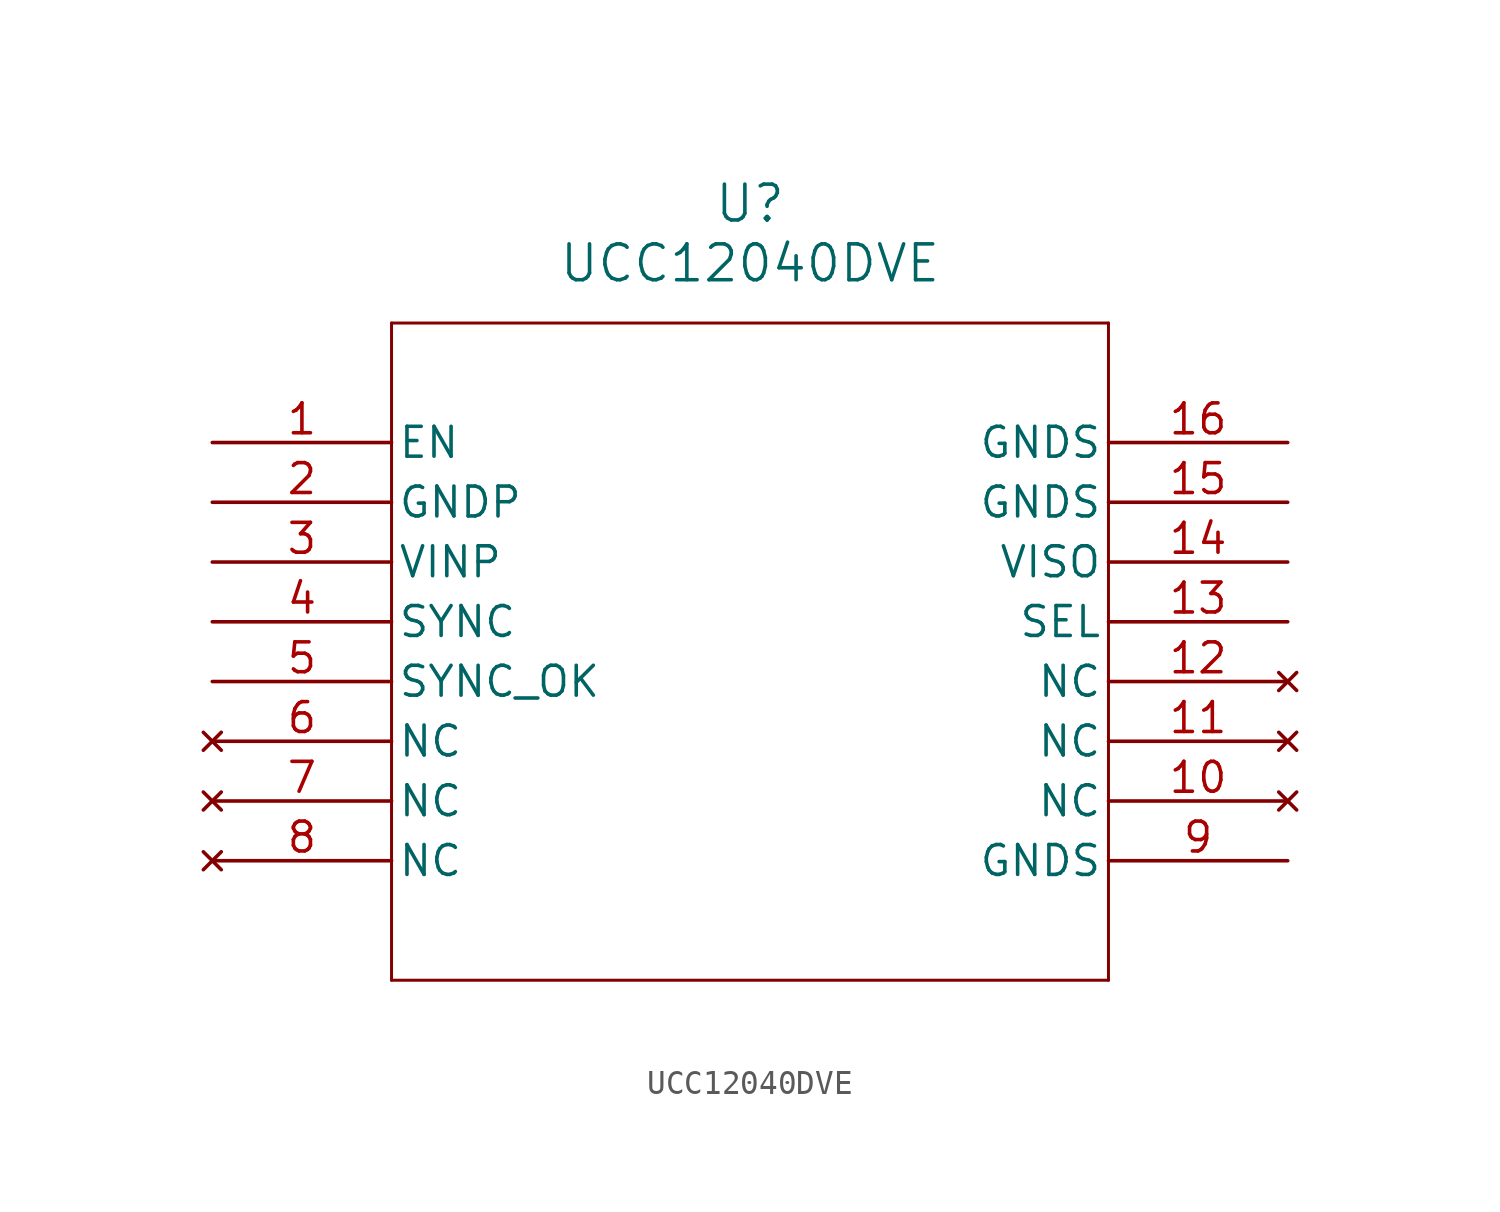
<source format=kicad_sym>
(kicad_symbol_lib
  (version 20211014)
  (generator kicad_symbol_editor)
  (symbol "UCC12040DVE"
    (pin_names
      (offset 0.254))
    (property "Reference" "U"
      (at 22.86 10.16 0)
      (effects (font (size 1.524 1.524))))
    (property "Value" "UCC12040DVE"
      (at 22.86 7.62 0)
      (effects (font (size 1.524 1.524))))
    (symbol "UCC12040DVE_0_1"
      (polyline (pts (xy 7.62 5.08) (xy 7.62 -22.86)) (stroke (width 0.127) (type default) (color 0 0 0 0)) (fill (type none)))
      (polyline (pts (xy 7.62 -22.86) (xy 38.1 -22.86)) (stroke (width 0.127) (type default) (color 0 0 0 0)) (fill (type none)))
      (polyline (pts (xy 38.1 -22.86) (xy 38.1 5.08)) (stroke (width 0.127) (type default) (color 0 0 0 0)) (fill (type none)))
      (polyline (pts (xy 38.1 5.08) (xy 7.62 5.08)) (stroke (width 0.127) (type default) (color 0 0 0 0)) (fill (type none)))
      (pin unspecified line (at 0 0 0) (length 7.62) (name "EN" (effects (font (size 1.27 1.27)))) (number "1" (effects (font (size 1.27 1.27)))))
      (pin power_out line (at 0 -2.54 0) (length 7.62) (name "GNDP" (effects (font (size 1.27 1.27)))) (number "2" (effects (font (size 1.27 1.27)))))
      (pin unspecified line (at 0 -5.08 0) (length 7.62) (name "VINP" (effects (font (size 1.27 1.27)))) (number "3" (effects (font (size 1.27 1.27)))))
      (pin unspecified line (at 0 -7.62 0) (length 7.62) (name "SYNC" (effects (font (size 1.27 1.27)))) (number "4" (effects (font (size 1.27 1.27)))))
      (pin unspecified line (at 0 -10.16 0) (length 7.62) (name "SYNC_OK" (effects (font (size 1.27 1.27)))) (number "5" (effects (font (size 1.27 1.27)))))
      (pin no_connect line (at 0 -12.7 0) (length 7.62) (name "NC" (effects (font (size 1.27 1.27)))) (number "6" (effects (font (size 1.27 1.27)))))
      (pin no_connect line (at 0 -15.24 0) (length 7.62) (name "NC" (effects (font (size 1.27 1.27)))) (number "7" (effects (font (size 1.27 1.27)))))
      (pin no_connect line (at 0 -17.78 0) (length 7.62) (name "NC" (effects (font (size 1.27 1.27)))) (number "8" (effects (font (size 1.27 1.27)))))
      (pin power_out line (at 45.72 -17.78 180) (length 7.62) (name "GNDS" (effects (font (size 1.27 1.27)))) (number "9" (effects (font (size 1.27 1.27)))))
      (pin no_connect line (at 45.72 -15.24 180) (length 7.62) (name "NC" (effects (font (size 1.27 1.27)))) (number "10" (effects (font (size 1.27 1.27)))))
      (pin no_connect line (at 45.72 -12.7 180) (length 7.62) (name "NC" (effects (font (size 1.27 1.27)))) (number "11" (effects (font (size 1.27 1.27)))))
      (pin no_connect line (at 45.72 -10.16 180) (length 7.62) (name "NC" (effects (font (size 1.27 1.27)))) (number "12" (effects (font (size 1.27 1.27)))))
      (pin unspecified line (at 45.72 -7.62 180) (length 7.62) (name "SEL" (effects (font (size 1.27 1.27)))) (number "13" (effects (font (size 1.27 1.27)))))
      (pin unspecified line (at 45.72 -5.08 180) (length 7.62) (name "VISO" (effects (font (size 1.27 1.27)))) (number "14" (effects (font (size 1.27 1.27)))))
      (pin power_out line (at 45.72 -2.54 180) (length 7.62) (name "GNDS" (effects (font (size 1.27 1.27)))) (number "15" (effects (font (size 1.27 1.27)))))
      (pin power_out line (at 45.72 0 180) (length 7.62) (name "GNDS" (effects (font (size 1.27 1.27)))) (number "16" (effects (font (size 1.27 1.27))))))))
</source>
